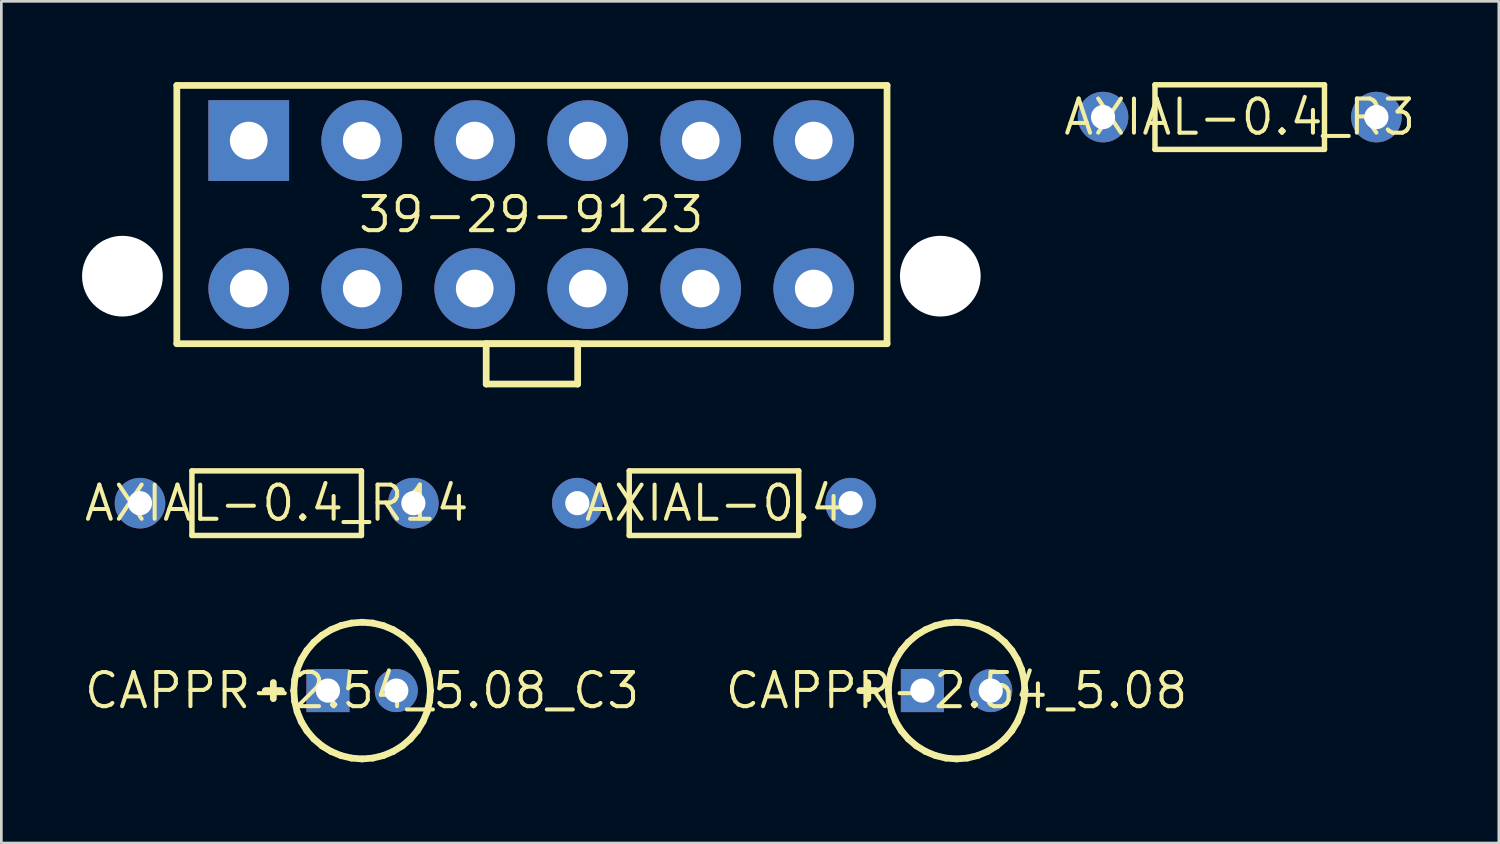
<source format=kicad_pcb>
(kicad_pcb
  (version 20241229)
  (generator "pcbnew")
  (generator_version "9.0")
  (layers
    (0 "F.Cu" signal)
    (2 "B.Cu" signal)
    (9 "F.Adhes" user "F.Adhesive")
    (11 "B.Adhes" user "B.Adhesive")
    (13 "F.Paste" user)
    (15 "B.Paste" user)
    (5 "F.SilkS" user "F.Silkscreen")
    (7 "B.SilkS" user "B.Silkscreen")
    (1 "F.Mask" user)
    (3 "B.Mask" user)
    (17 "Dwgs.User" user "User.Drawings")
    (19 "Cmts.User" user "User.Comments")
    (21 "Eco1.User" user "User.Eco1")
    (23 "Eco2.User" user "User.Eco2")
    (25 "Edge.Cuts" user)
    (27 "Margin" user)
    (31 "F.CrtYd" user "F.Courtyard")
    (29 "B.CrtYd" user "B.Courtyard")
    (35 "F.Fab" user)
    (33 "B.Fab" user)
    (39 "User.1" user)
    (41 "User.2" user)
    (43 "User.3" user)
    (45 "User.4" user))
  (footprint "AXIAL-0.4_R3"
    (layer "F.Cu")
    (at 43.029 1.302)
    (property "Reference" "AXIAL-0.4_R3" (at 0 0 0) (layer "F.SilkS") (effects (font (size 1.27 1.27) (thickness 0.15))))
    (fp_circle (center -5.08 0) (end -5.08 0) (stroke (width 0) (type solid)) (fill yes) (layer "F.Mask"))
    (fp_circle (center 5.08 0) (end 5.08 0) (stroke (width 0) (type solid)) (fill yes) (layer "F.Mask"))
    (fp_circle (center -5.08 0) (end -5.08 0) (stroke (width 0) (type solid)) (fill yes) (layer "B.Mask"))
    (fp_circle (center 5.08 0) (end 5.08 0) (stroke (width 0) (type solid)) (fill yes) (layer "B.Mask"))
    (fp_line (start -3.15 -1.2) (end 3.15 -1.2) (stroke (width 0.203) (type solid)) (layer "F.SilkS"))
    (fp_line (start -3.15 1.2) (end -3.15 -1.2) (stroke (width 0.203) (type solid)) (layer "F.SilkS"))
    (fp_line (start 3.15 -1.2) (end 3.15 1.2) (stroke (width 0.203) (type solid)) (layer "F.SilkS"))
    (fp_line (start 3.15 1.2) (end -3.15 1.2) (stroke (width 0.203) (type solid)) (layer "F.SilkS"))
    (pad "P$1" thru_hole circle (at -5.08 0) (size 1.88 1.88) (drill 0.9) (layers "*.Cu"))
    (pad "P$2" thru_hole circle (at 5.08 0) (size 1.88 1.88) (drill 0.9) (layers "*.Cu")))
  (footprint "CAPPR-2.54_5.08_C3"
    (layer "F.Cu")
    (at 10.409 22.618)
    (property "Reference" "CAPPR-2.54_5.08_C3" (at 0 0 0) (layer "F.SilkS") (effects (font (size 1.27 1.27) (thickness 0.15))))
    (fp_line (start -3.599 0) (end -2.999 0) (stroke (width 0.25) (type solid)) (layer "F.SilkS"))
    (fp_line (start -3.299 0.3) (end -3.299 -0.3) (stroke (width 0.25) (type solid)) (layer "F.SilkS"))
    (fp_line (start -2.538 -0.001) (end -2.538 0.001) (stroke (width 0.25) (type solid)) (layer "F.SilkS"))
    (fp_line (start -2.538 0.001) (end -2.507 0.398) (stroke (width 0.25) (type solid)) (layer "F.SilkS"))
    (fp_line (start -2.507 -0.398) (end -2.538 -0.001) (stroke (width 0.25) (type solid)) (layer "F.SilkS"))
    (fp_line (start -2.507 0.398) (end -2.414 0.786) (stroke (width 0.25) (type solid)) (layer "F.SilkS"))
    (fp_line (start -2.414 -0.786) (end -2.507 -0.398) (stroke (width 0.25) (type solid)) (layer "F.SilkS"))
    (fp_line (start -2.414 0.786) (end -2.262 1.154) (stroke (width 0.25) (type solid)) (layer "F.SilkS"))
    (fp_line (start -2.262 -1.154) (end -2.414 -0.786) (stroke (width 0.25) (type solid)) (layer "F.SilkS"))
    (fp_line (start -2.262 1.154) (end -2.053 1.493) (stroke (width 0.25) (type solid)) (layer "F.SilkS"))
    (fp_line (start -2.053 -1.493) (end -2.262 -1.154) (stroke (width 0.25) (type solid)) (layer "F.SilkS"))
    (fp_line (start -2.053 1.493) (end -1.795 1.796) (stroke (width 0.25) (type solid)) (layer "F.SilkS"))
    (fp_line (start -1.795 -1.796) (end -2.053 -1.493) (stroke (width 0.25) (type solid)) (layer "F.SilkS"))
    (fp_line (start -1.795 1.796) (end -1.492 2.055) (stroke (width 0.25) (type solid)) (layer "F.SilkS"))
    (fp_line (start -1.492 -2.055) (end -1.795 -1.796) (stroke (width 0.25) (type solid)) (layer "F.SilkS"))
    (fp_line (start -1.492 2.055) (end -1.152 2.263) (stroke (width 0.25) (type solid)) (layer "F.SilkS"))
    (fp_line (start -1.152 -2.263) (end -1.492 -2.055) (stroke (width 0.25) (type solid)) (layer "F.SilkS"))
    (fp_line (start -1.152 2.263) (end -0.784 2.416) (stroke (width 0.25) (type solid)) (layer "F.SilkS"))
    (fp_line (start -0.784 -2.416) (end -1.152 -2.263) (stroke (width 0.25) (type solid)) (layer "F.SilkS"))
    (fp_line (start -0.784 2.416) (end -0.396 2.509) (stroke (width 0.25) (type solid)) (layer "F.SilkS"))
    (fp_line (start -0.396 -2.509) (end -0.784 -2.416) (stroke (width 0.25) (type solid)) (layer "F.SilkS"))
    (fp_line (start -0.396 2.509) (end 0.001 2.54) (stroke (width 0.25) (type solid)) (layer "F.SilkS"))
    (fp_line (start 0.001 -2.54) (end -0.396 -2.509) (stroke (width 0.25) (type solid)) (layer "F.SilkS"))
    (fp_line (start 0.001 2.54) (end 0.398 2.509) (stroke (width 0.25) (type solid)) (layer "F.SilkS"))
    (fp_line (start 0.398 -2.509) (end 0.001 -2.54) (stroke (width 0.25) (type solid)) (layer "F.SilkS"))
    (fp_line (start 0.398 2.509) (end 0.785 2.416) (stroke (width 0.25) (type solid)) (layer "F.SilkS"))
    (fp_line (start 0.785 -2.416) (end 0.398 -2.509) (stroke (width 0.25) (type solid)) (layer "F.SilkS"))
    (fp_line (start 0.785 2.416) (end 1.153 2.263) (stroke (width 0.25) (type solid)) (layer "F.SilkS"))
    (fp_line (start 1.153 -2.263) (end 0.785 -2.416) (stroke (width 0.25) (type solid)) (layer "F.SilkS"))
    (fp_line (start 1.153 2.263) (end 1.493 2.055) (stroke (width 0.25) (type solid)) (layer "F.SilkS"))
    (fp_line (start 1.493 -2.055) (end 1.153 -2.263) (stroke (width 0.25) (type solid)) (layer "F.SilkS"))
    (fp_line (start 1.493 2.055) (end 1.796 1.796) (stroke (width 0.25) (type solid)) (layer "F.SilkS"))
    (fp_line (start 1.796 -1.796) (end 1.493 -2.055) (stroke (width 0.25) (type solid)) (layer "F.SilkS"))
    (fp_line (start 1.796 1.796) (end 2.055 1.493) (stroke (width 0.25) (type solid)) (layer "F.SilkS"))
    (fp_line (start 2.055 -1.493) (end 1.796 -1.796) (stroke (width 0.25) (type solid)) (layer "F.SilkS"))
    (fp_line (start 2.055 1.493) (end 2.263 1.154) (stroke (width 0.25) (type solid)) (layer "F.SilkS"))
    (fp_line (start 2.263 -1.154) (end 2.055 -1.493) (stroke (width 0.25) (type solid)) (layer "F.SilkS"))
    (fp_line (start 2.263 1.154) (end 2.416 0.786) (stroke (width 0.25) (type solid)) (layer "F.SilkS"))
    (fp_line (start 2.416 -0.786) (end 2.263 -1.154) (stroke (width 0.25) (type solid)) (layer "F.SilkS"))
    (fp_line (start 2.416 0.786) (end 2.509 0.398) (stroke (width 0.25) (type solid)) (layer "F.SilkS"))
    (fp_line (start 2.509 -0.398) (end 2.416 -0.786) (stroke (width 0.25) (type solid)) (layer "F.SilkS"))
    (fp_line (start 2.509 0.398) (end 2.54 0.001) (stroke (width 0.25) (type solid)) (layer "F.SilkS"))
    (fp_line (start 2.54 -0.001) (end 2.509 -0.398) (stroke (width 0.25) (type solid)) (layer "F.SilkS"))
    (fp_line (start 2.54 0.001) (end 2.54 -0.001) (stroke (width 0.25) (type solid)) (layer "F.SilkS"))
    (pad "1" thru_hole rect (at -1.27 0) (size 1.6 1.6) (drill 0.9) (layers "*.Cu" "*.Mask"))
    (pad "2" thru_hole circle (at 1.27 0) (size 1.6 1.6) (drill 0.9) (layers "*.Cu" "*.Mask")))
  (footprint "CAPPR-2.54_5.08"
    (layer "F.Cu")
    (at 32.504 22.618)
    (property "Reference" "CAPPR-2.54_5.08" (at 0 0 0) (layer "F.SilkS") (effects (font (size 1.27 1.27) (thickness 0.15))))
    (fp_line (start -3.599 0) (end -2.999 0) (stroke (width 0.25) (type solid)) (layer "F.SilkS"))
    (fp_line (start -3.299 0.3) (end -3.299 -0.3) (stroke (width 0.25) (type solid)) (layer "F.SilkS"))
    (fp_line (start -2.538 -0.001) (end -2.538 0.001) (stroke (width 0.25) (type solid)) (layer "F.SilkS"))
    (fp_line (start -2.538 0.001) (end -2.507 0.398) (stroke (width 0.25) (type solid)) (layer "F.SilkS"))
    (fp_line (start -2.507 -0.398) (end -2.538 -0.001) (stroke (width 0.25) (type solid)) (layer "F.SilkS"))
    (fp_line (start -2.507 0.398) (end -2.414 0.786) (stroke (width 0.25) (type solid)) (layer "F.SilkS"))
    (fp_line (start -2.414 -0.786) (end -2.507 -0.398) (stroke (width 0.25) (type solid)) (layer "F.SilkS"))
    (fp_line (start -2.414 0.786) (end -2.262 1.154) (stroke (width 0.25) (type solid)) (layer "F.SilkS"))
    (fp_line (start -2.262 -1.154) (end -2.414 -0.786) (stroke (width 0.25) (type solid)) (layer "F.SilkS"))
    (fp_line (start -2.262 1.154) (end -2.053 1.493) (stroke (width 0.25) (type solid)) (layer "F.SilkS"))
    (fp_line (start -2.053 -1.493) (end -2.262 -1.154) (stroke (width 0.25) (type solid)) (layer "F.SilkS"))
    (fp_line (start -2.053 1.493) (end -1.795 1.796) (stroke (width 0.25) (type solid)) (layer "F.SilkS"))
    (fp_line (start -1.795 -1.796) (end -2.053 -1.493) (stroke (width 0.25) (type solid)) (layer "F.SilkS"))
    (fp_line (start -1.795 1.796) (end -1.492 2.055) (stroke (width 0.25) (type solid)) (layer "F.SilkS"))
    (fp_line (start -1.492 -2.055) (end -1.795 -1.796) (stroke (width 0.25) (type solid)) (layer "F.SilkS"))
    (fp_line (start -1.492 2.055) (end -1.152 2.263) (stroke (width 0.25) (type solid)) (layer "F.SilkS"))
    (fp_line (start -1.152 -2.263) (end -1.492 -2.055) (stroke (width 0.25) (type solid)) (layer "F.SilkS"))
    (fp_line (start -1.152 2.263) (end -0.784 2.416) (stroke (width 0.25) (type solid)) (layer "F.SilkS"))
    (fp_line (start -0.784 -2.416) (end -1.152 -2.263) (stroke (width 0.25) (type solid)) (layer "F.SilkS"))
    (fp_line (start -0.784 2.416) (end -0.396 2.509) (stroke (width 0.25) (type solid)) (layer "F.SilkS"))
    (fp_line (start -0.396 -2.509) (end -0.784 -2.416) (stroke (width 0.25) (type solid)) (layer "F.SilkS"))
    (fp_line (start -0.396 2.509) (end 0.001 2.54) (stroke (width 0.25) (type solid)) (layer "F.SilkS"))
    (fp_line (start 0.001 -2.54) (end -0.396 -2.509) (stroke (width 0.25) (type solid)) (layer "F.SilkS"))
    (fp_line (start 0.001 2.54) (end 0.398 2.509) (stroke (width 0.25) (type solid)) (layer "F.SilkS"))
    (fp_line (start 0.398 -2.509) (end 0.001 -2.54) (stroke (width 0.25) (type solid)) (layer "F.SilkS"))
    (fp_line (start 0.398 2.509) (end 0.785 2.416) (stroke (width 0.25) (type solid)) (layer "F.SilkS"))
    (fp_line (start 0.785 -2.416) (end 0.398 -2.509) (stroke (width 0.25) (type solid)) (layer "F.SilkS"))
    (fp_line (start 0.785 2.416) (end 1.153 2.263) (stroke (width 0.25) (type solid)) (layer "F.SilkS"))
    (fp_line (start 1.153 -2.263) (end 0.785 -2.416) (stroke (width 0.25) (type solid)) (layer "F.SilkS"))
    (fp_line (start 1.153 2.263) (end 1.493 2.055) (stroke (width 0.25) (type solid)) (layer "F.SilkS"))
    (fp_line (start 1.493 -2.055) (end 1.153 -2.263) (stroke (width 0.25) (type solid)) (layer "F.SilkS"))
    (fp_line (start 1.493 2.055) (end 1.796 1.796) (stroke (width 0.25) (type solid)) (layer "F.SilkS"))
    (fp_line (start 1.796 -1.796) (end 1.493 -2.055) (stroke (width 0.25) (type solid)) (layer "F.SilkS"))
    (fp_line (start 1.796 1.796) (end 2.055 1.493) (stroke (width 0.25) (type solid)) (layer "F.SilkS"))
    (fp_line (start 2.055 -1.493) (end 1.796 -1.796) (stroke (width 0.25) (type solid)) (layer "F.SilkS"))
    (fp_line (start 2.055 1.493) (end 2.263 1.154) (stroke (width 0.25) (type solid)) (layer "F.SilkS"))
    (fp_line (start 2.263 -1.154) (end 2.055 -1.493) (stroke (width 0.25) (type solid)) (layer "F.SilkS"))
    (fp_line (start 2.263 1.154) (end 2.416 0.786) (stroke (width 0.25) (type solid)) (layer "F.SilkS"))
    (fp_line (start 2.416 -0.786) (end 2.263 -1.154) (stroke (width 0.25) (type solid)) (layer "F.SilkS"))
    (fp_line (start 2.416 0.786) (end 2.509 0.398) (stroke (width 0.25) (type solid)) (layer "F.SilkS"))
    (fp_line (start 2.509 -0.398) (end 2.416 -0.786) (stroke (width 0.25) (type solid)) (layer "F.SilkS"))
    (fp_line (start 2.509 0.398) (end 2.54 0.001) (stroke (width 0.25) (type solid)) (layer "F.SilkS"))
    (fp_line (start 2.54 -0.001) (end 2.509 -0.398) (stroke (width 0.25) (type solid)) (layer "F.SilkS"))
    (fp_line (start 2.54 0.001) (end 2.54 -0.001) (stroke (width 0.25) (type solid)) (layer "F.SilkS"))
    (pad "1" thru_hole rect (at -1.27 0) (size 1.6 1.6) (drill 0.9) (layers "*.Cu" "*.Mask"))
    (pad "2" thru_hole circle (at 1.27 0) (size 1.6 1.6) (drill 0.9) (layers "*.Cu" "*.Mask")))
  (footprint "AXIAL-0.4"
    (layer "F.Cu")
    (at 23.488 15.652)
    (property "Reference" "AXIAL-0.4" (at 0 0 0) (layer "F.SilkS") (effects (font (size 1.27 1.27) (thickness 0.15))))
    (fp_circle (center -5.08 0) (end -5.08 0) (stroke (width 0) (type solid)) (fill yes) (layer "F.Mask"))
    (fp_circle (center 5.08 0) (end 5.08 0) (stroke (width 0) (type solid)) (fill yes) (layer "F.Mask"))
    (fp_circle (center -5.08 0) (end -5.08 0) (stroke (width 0) (type solid)) (fill yes) (layer "B.Mask"))
    (fp_circle (center 5.08 0) (end 5.08 0) (stroke (width 0) (type solid)) (fill yes) (layer "B.Mask"))
    (fp_line (start -3.15 -1.2) (end 3.15 -1.2) (stroke (width 0.203) (type solid)) (layer "F.SilkS"))
    (fp_line (start -3.15 1.2) (end -3.15 -1.2) (stroke (width 0.203) (type solid)) (layer "F.SilkS"))
    (fp_line (start 3.15 -1.2) (end 3.15 1.2) (stroke (width 0.203) (type solid)) (layer "F.SilkS"))
    (fp_line (start 3.15 1.2) (end -3.15 1.2) (stroke (width 0.203) (type solid)) (layer "F.SilkS"))
    (pad "P$1" thru_hole circle (at -5.08 0) (size 1.88 1.88) (drill 0.9) (layers "*.Cu"))
    (pad "P$2" thru_hole circle (at 5.08 0) (size 1.88 1.88) (drill 0.9) (layers "*.Cu")))
  (footprint "39-29-9123"
    (layer "F.Cu")
    (at 16.695 4.925)
    (property "Reference" "39-29-9123" (at 0 0 0) (layer "F.SilkS") (effects (font (size 1.27 1.27) (thickness 0.15))))
    (fp_line (start -13.173 -4.8) (end 13.225 -4.8) (stroke (width 0.25) (type solid)) (layer "F.SilkS"))
    (fp_line (start -13.173 4.8) (end -13.173 -4.8) (stroke (width 0.25) (type solid)) (layer "F.SilkS"))
    (fp_line (start -1.674 4.8) (end 1.726 4.8) (stroke (width 0.25) (type solid)) (layer "F.SilkS"))
    (fp_line (start -1.674 6.3) (end -1.674 4.8) (stroke (width 0.25) (type solid)) (layer "F.SilkS"))
    (fp_line (start 1.726 4.8) (end 1.726 6.3) (stroke (width 0.25) (type solid)) (layer "F.SilkS"))
    (fp_line (start 1.726 6.3) (end -1.674 6.3) (stroke (width 0.25) (type solid)) (layer "F.SilkS"))
    (fp_line (start 13.225 -4.8) (end 13.225 4.8) (stroke (width 0.25) (type solid)) (layer "F.SilkS"))
    (fp_line (start 13.225 4.8) (end -13.173 4.8) (stroke (width 0.25) (type solid)) (layer "F.SilkS"))
    (pad "" np_thru_hole circle (at -15.195 2.29) (size 3 3) (drill 3) (layers "*.Cu" "*.Mask"))
    (pad "" np_thru_hole circle (at 15.205 2.29) (size 3 3) (drill 3) (layers "*.Cu" "*.Mask"))
    (pad "1" thru_hole rect (at -10.5 -2.75) (size 3 3) (drill 1.4) (layers "*.Cu" "*.Mask"))
    (pad "2" thru_hole circle (at -6.3 -2.75) (size 3 3) (drill 1.4) (layers "*.Cu" "*.Mask"))
    (pad "3" thru_hole circle (at -2.1 -2.75) (size 3 3) (drill 1.4) (layers "*.Cu" "*.Mask"))
    (pad "4" thru_hole circle (at 2.1 -2.75) (size 3 3) (drill 1.4) (layers "*.Cu" "*.Mask"))
    (pad "5" thru_hole circle (at 6.3 -2.75) (size 3 3) (drill 1.4) (layers "*.Cu" "*.Mask"))
    (pad "6" thru_hole circle (at 10.5 -2.75) (size 3 3) (drill 1.4) (layers "*.Cu" "*.Mask"))
    (pad "7" thru_hole circle (at -10.5 2.75) (size 3 3) (drill 1.4) (layers "*.Cu" "*.Mask"))
    (pad "8" thru_hole circle (at -6.3 2.75) (size 3 3) (drill 1.4) (layers "*.Cu" "*.Mask"))
    (pad "9" thru_hole circle (at -2.1 2.75) (size 3 3) (drill 1.4) (layers "*.Cu" "*.Mask"))
    (pad "10" thru_hole circle (at 2.1 2.75) (size 3 3) (drill 1.4) (layers "*.Cu" "*.Mask"))
    (pad "11" thru_hole circle (at 6.3 2.75) (size 3 3) (drill 1.4) (layers "*.Cu" "*.Mask"))
    (pad "12" thru_hole circle (at 10.5 2.75) (size 3 3) (drill 1.4) (layers "*.Cu" "*.Mask")))
  (footprint "AXIAL-0.4_R14"
    (layer "F.Cu")
    (at 7.234 15.652)
    (property "Reference" "AXIAL-0.4_R14" (at 0 0 0) (layer "F.SilkS") (effects (font (size 1.27 1.27) (thickness 0.15))))
    (fp_circle (center -5.08 0) (end -5.08 0) (stroke (width 0) (type solid)) (fill yes) (layer "F.Mask"))
    (fp_circle (center 5.08 0) (end 5.08 0) (stroke (width 0) (type solid)) (fill yes) (layer "F.Mask"))
    (fp_circle (center -5.08 0) (end -5.08 0) (stroke (width 0) (type solid)) (fill yes) (layer "B.Mask"))
    (fp_circle (center 5.08 0) (end 5.08 0) (stroke (width 0) (type solid)) (fill yes) (layer "B.Mask"))
    (fp_line (start -3.15 -1.2) (end 3.15 -1.2) (stroke (width 0.203) (type solid)) (layer "F.SilkS"))
    (fp_line (start -3.15 1.2) (end -3.15 -1.2) (stroke (width 0.203) (type solid)) (layer "F.SilkS"))
    (fp_line (start 3.15 -1.2) (end 3.15 1.2) (stroke (width 0.203) (type solid)) (layer "F.SilkS"))
    (fp_line (start 3.15 1.2) (end -3.15 1.2) (stroke (width 0.203) (type solid)) (layer "F.SilkS"))
    (pad "P$1" thru_hole circle (at -5.08 0) (size 1.88 1.88) (drill 0.9) (layers "*.Cu"))
    (pad "P$2" thru_hole circle (at 5.08 0) (size 1.88 1.88) (drill 0.9) (layers "*.Cu")))
  (gr_rect
    (start -3 -3)
    (end 52.659 28.283)
    (stroke (width 0.1) (type default))
    (fill no)
    (layer "Edge.Cuts")))
</source>
